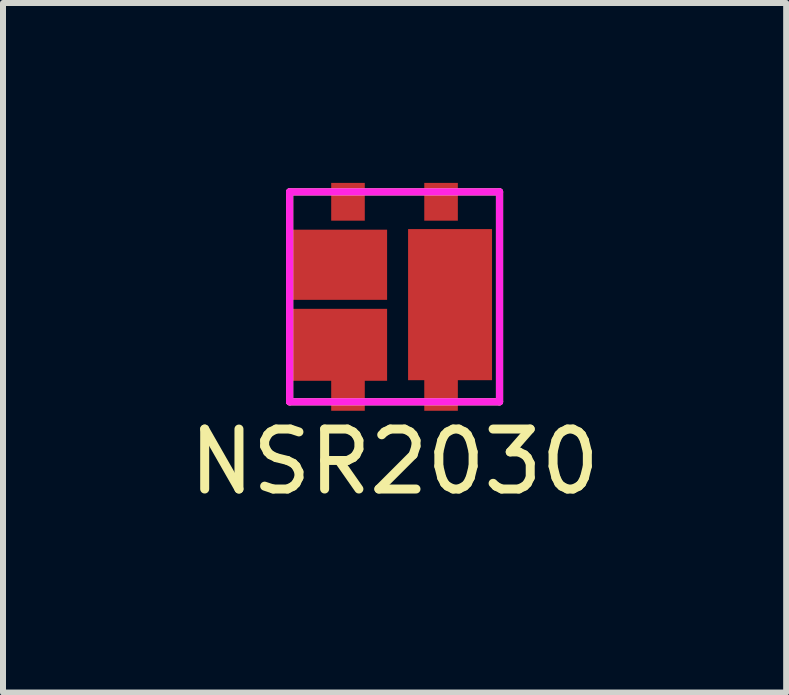
<source format=kicad_pcb>
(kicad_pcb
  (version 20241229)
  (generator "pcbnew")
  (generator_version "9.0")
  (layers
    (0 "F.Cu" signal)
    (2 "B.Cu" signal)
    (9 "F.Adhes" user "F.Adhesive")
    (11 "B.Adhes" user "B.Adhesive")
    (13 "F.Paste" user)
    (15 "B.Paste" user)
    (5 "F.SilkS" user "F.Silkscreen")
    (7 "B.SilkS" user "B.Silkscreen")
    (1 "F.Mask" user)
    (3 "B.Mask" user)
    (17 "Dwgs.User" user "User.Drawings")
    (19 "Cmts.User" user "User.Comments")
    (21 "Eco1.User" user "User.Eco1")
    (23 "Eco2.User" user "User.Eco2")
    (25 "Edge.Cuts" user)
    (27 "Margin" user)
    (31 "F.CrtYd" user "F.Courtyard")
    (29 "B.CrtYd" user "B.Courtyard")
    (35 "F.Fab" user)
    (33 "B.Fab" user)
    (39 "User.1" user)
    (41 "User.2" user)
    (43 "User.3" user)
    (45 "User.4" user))
  (footprint "NSR2030"
    (layer "F.Cu")
    (at 3.53 1.9)
    (property "Reference" "NSR2030" (at 0 2.75 0) (layer "F.SilkS") (effects (font (size 1 1) (thickness 0.15))))
    (attr through_hole)
    (fp_line (start -1.75 -1.75) (end 1.75 -1.75) (stroke (width 0.12) (type solid)) (layer "F.SilkS"))
    (fp_line (start -1.75 1.75) (end -1.75 -1.75) (stroke (width 0.12) (type solid)) (layer "F.SilkS"))
    (fp_line (start -1.75 1.75) (end 1.75 1.75) (stroke (width 0.12) (type solid)) (layer "F.SilkS"))
    (fp_line (start 1.75 1.75) (end 1.75 -1.75) (stroke (width 0.12) (type solid)) (layer "F.SilkS"))
    (fp_line (start -1.75 -1.75) (end 1.75 -1.75) (stroke (width 0.12) (type solid)) (layer "F.CrtYd"))
    (fp_line (start -1.75 1.75) (end -1.75 -1.75) (stroke (width 0.12) (type solid)) (layer "F.CrtYd"))
    (fp_line (start 1.75 -1.75) (end 1.75 1.75) (stroke (width 0.12) (type solid)) (layer "F.CrtYd"))
    (fp_line (start 1.75 1.75) (end -1.75 1.75) (stroke (width 0.12) (type solid)) (layer "F.CrtYd"))
    (pad "" smd rect (at -0.925 -0.535) (size 1.6 1.17) (layers "F.Cu" "F.Mask" "F.Paste"))
    (pad "1" smd rect (at -0.925 0.8) (size 1.6 1.2) (layers "F.Cu" "F.Mask" "F.Paste"))
    (pad "1" smd rect (at -0.777 1.585) (size 0.56 0.63) (layers "F.Cu" "F.Mask" "F.Paste"))
    (pad "2" smd rect (at 0.775 1.585) (size 0.56 0.63) (layers "F.Cu" "F.Mask" "F.Paste"))
    (pad "2" smd rect (at 0.925 0.13) (size 1.4 2.52) (layers "F.Cu" "F.Mask" "F.Paste"))
    (pad "3" smd rect (at 0.775 -1.585) (size 0.56 0.63) (layers "F.Cu" "F.Mask" "F.Paste"))
    (pad "4" smd rect (at -0.777 -1.585) (size 0.56 0.63) (layers "F.Cu" "F.Mask" "F.Paste")))
  (gr_rect
    (start -3 -3)
    (end 10.06 8.498)
    (stroke (width 0.1) (type default))
    (fill no)
    (layer "Edge.Cuts")))
</source>
